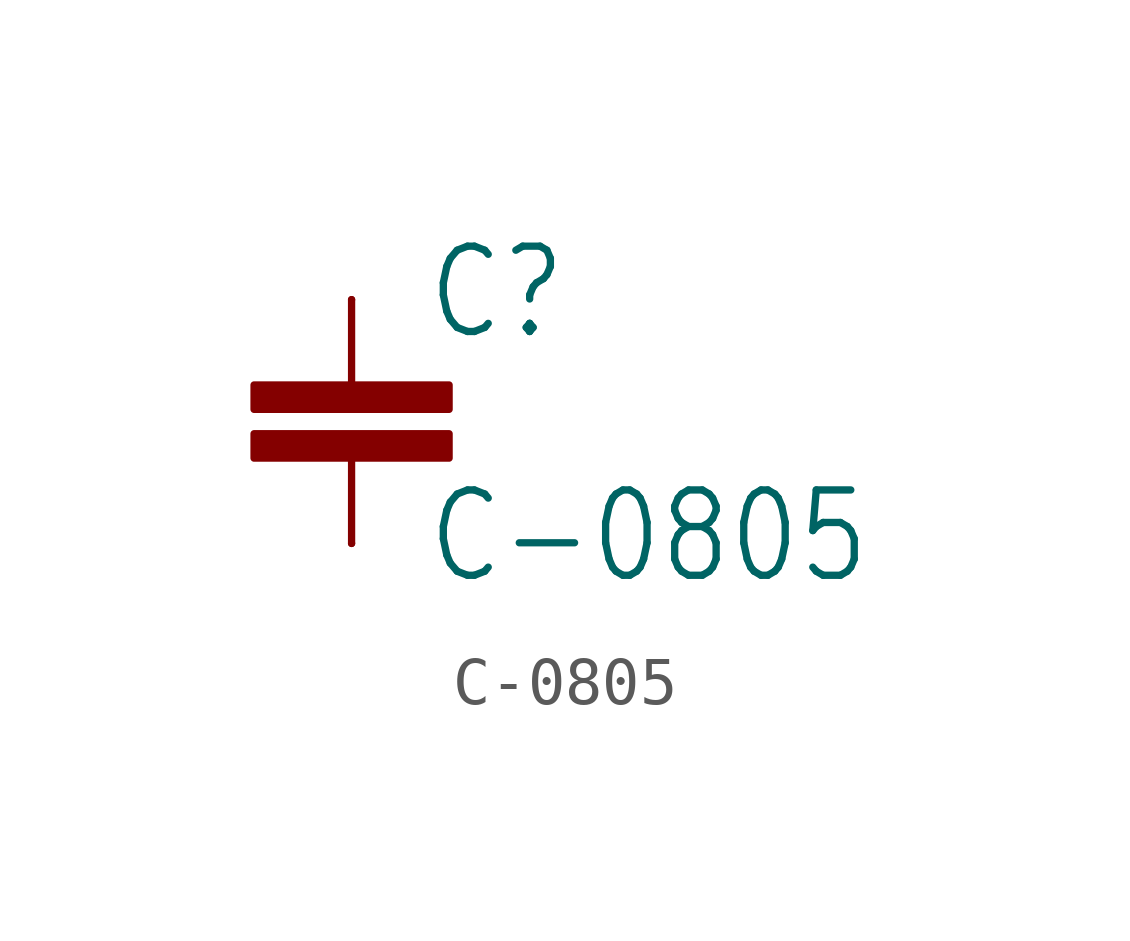
<source format=kicad_sym>
(kicad_symbol_lib
  (version 20211014)
  (generator kicad_symbol_editor)
  (symbol "C-0805"
    (property "Reference" "C"
      (at 1.524 1.651 0)
      (effects (font (size 1.778 1.511)) (justify left bottom)))
    (property "Value" "C-0805"
      (at 1.524 -3.429 0)
      (effects (font (size 1.778 1.511)) (justify left bottom)))
    (property "ki_locked" ""
      (at 0 0 0)
      (effects (font (size 1.27 1.27))))
    (symbol "C-0805_1_0"
      (rectangle (start -2.032 -0.762) (end 2.032 -0.254) (stroke (width 0) (type default) (color 0 0 0 0)) (fill (type outline)))
      (rectangle (start -2.032 0.254) (end 2.032 0.762) (stroke (width 0) (type default) (color 0 0 0 0)) (fill (type outline)))
      (polyline (pts (xy 0 -2.54) (xy 0 -0.762)) (stroke (width 0.152) (type default) (color 0 0 0 0)) (fill (type none)))
      (polyline (pts (xy 0 2.54) (xy 0 0.762)) (stroke (width 0.152) (type default) (color 0 0 0 0)) (fill (type none)))
      (pin passive line (at 0 2.54 270) (length 0) (name "1" (effects (font (size 0 0)))) (number "1" (effects (font (size 0 0)))))
      (pin passive line (at 0 -2.54 90) (length 0) (name "2" (effects (font (size 0 0)))) (number "2" (effects (font (size 0 0))))))))
</source>
